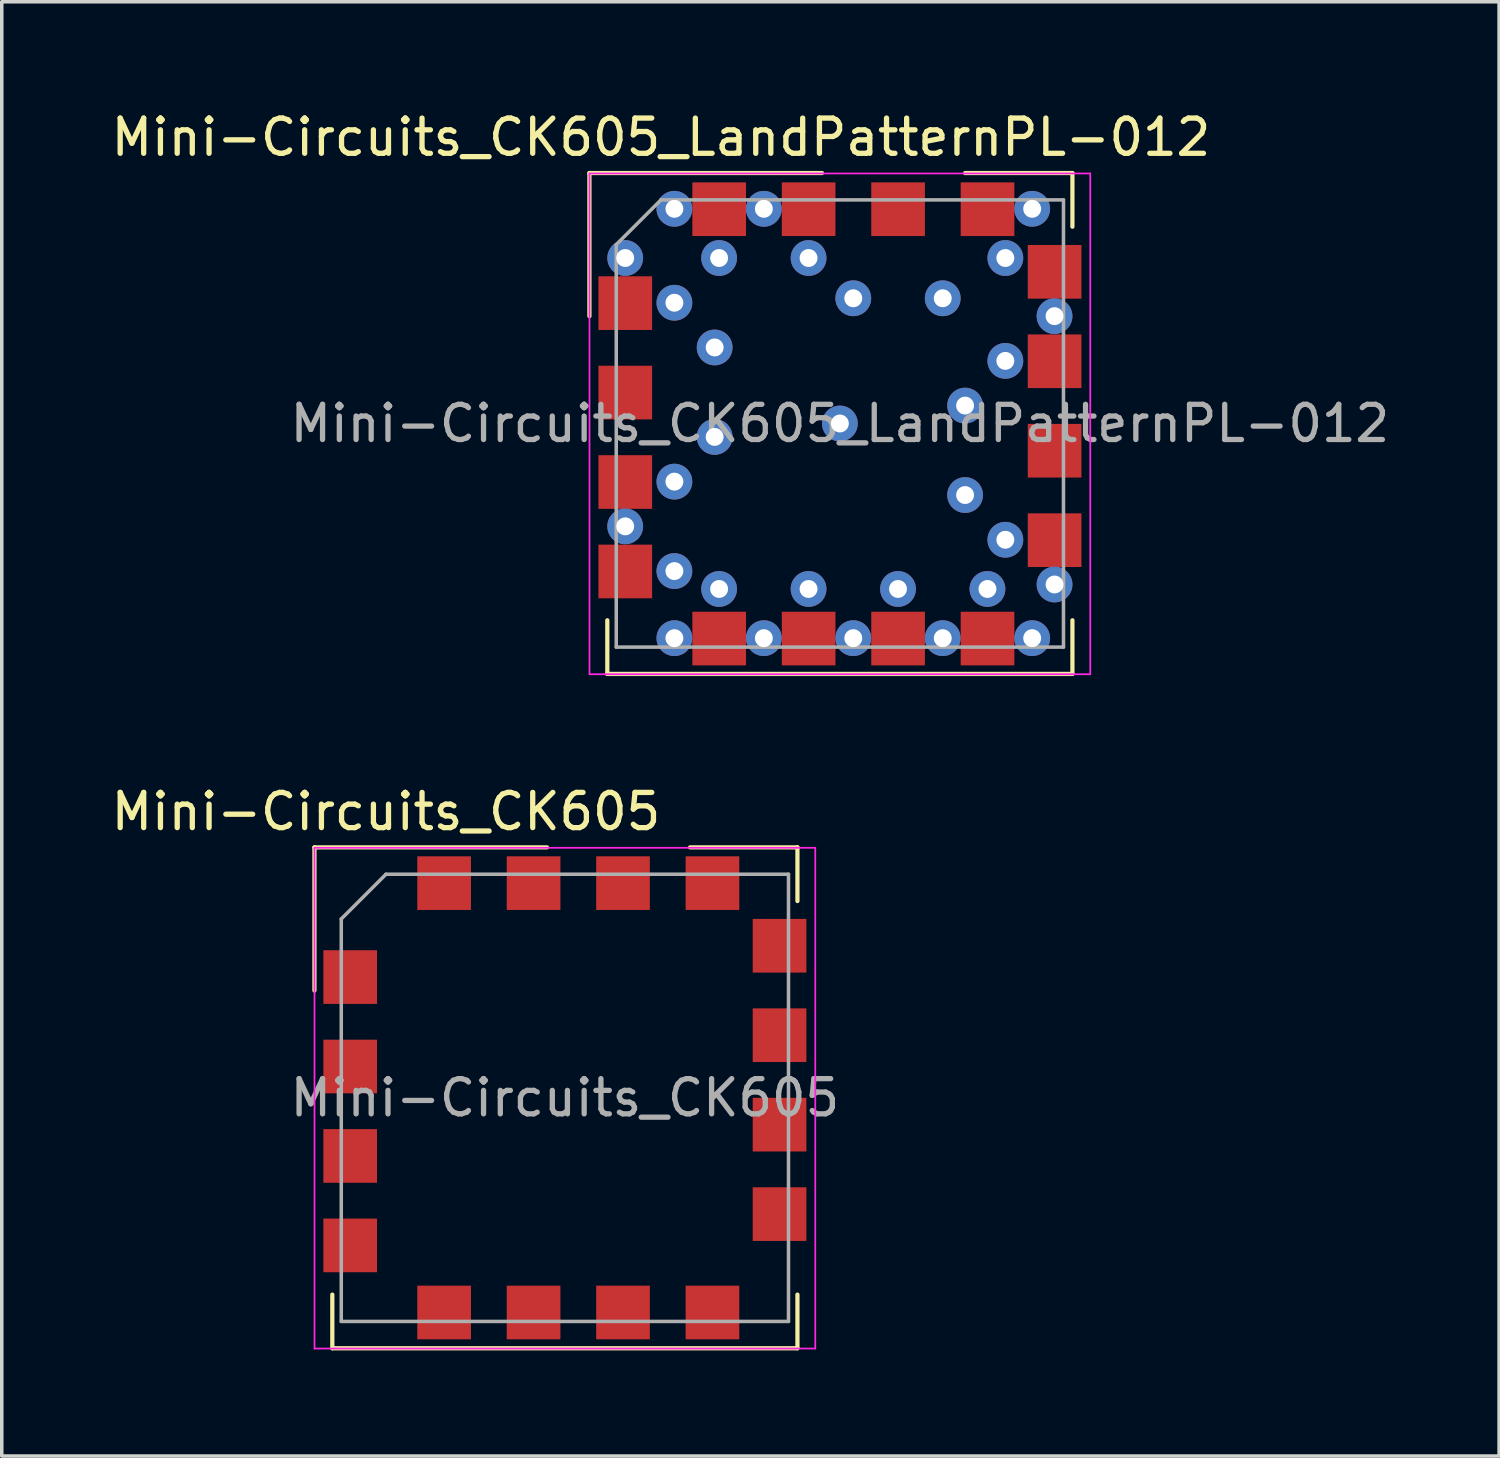
<source format=kicad_pcb>
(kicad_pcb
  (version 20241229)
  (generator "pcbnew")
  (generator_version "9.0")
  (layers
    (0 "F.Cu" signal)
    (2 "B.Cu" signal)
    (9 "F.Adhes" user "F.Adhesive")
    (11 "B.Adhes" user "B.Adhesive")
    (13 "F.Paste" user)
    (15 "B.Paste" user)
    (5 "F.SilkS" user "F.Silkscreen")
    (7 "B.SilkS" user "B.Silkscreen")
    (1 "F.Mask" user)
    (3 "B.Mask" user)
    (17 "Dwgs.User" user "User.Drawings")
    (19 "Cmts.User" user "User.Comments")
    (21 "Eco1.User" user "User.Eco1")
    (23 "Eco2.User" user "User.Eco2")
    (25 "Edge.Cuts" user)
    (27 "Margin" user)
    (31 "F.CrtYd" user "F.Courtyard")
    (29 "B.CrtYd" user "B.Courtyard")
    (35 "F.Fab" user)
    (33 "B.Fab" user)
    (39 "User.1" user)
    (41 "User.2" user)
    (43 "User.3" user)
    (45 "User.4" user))
  (footprint "Mini-Circuits_CK605_LandPatternPL-012"
    (layer "F.Cu")
    (at 20.8 8.976)
    (property "Reference" "Mini-Circuits_CK605_LandPatternPL-012" (at -5.08 -8.128 180) (layer "F.SilkS") (effects (font (size 1 1) (thickness 0.15))))
    (attr smd)
    (fp_line (start -7.112 -7.112) (end -0.508 -7.112) (stroke (width 0.12) (type solid)) (layer "F.SilkS"))
    (fp_line (start -7.112 -3.048) (end -7.112 -7.112) (stroke (width 0.12) (type solid)) (layer "F.SilkS"))
    (fp_line (start -6.604 5.588) (end -6.604 7.112) (stroke (width 0.12) (type solid)) (layer "F.SilkS"))
    (fp_line (start -6.604 7.112) (end 6.604 7.112) (stroke (width 0.12) (type solid)) (layer "F.SilkS"))
    (fp_line (start 3.556 -7.112) (end 6.604 -7.112) (stroke (width 0.12) (type solid)) (layer "F.SilkS"))
    (fp_line (start 6.604 -7.112) (end 6.604 -5.588) (stroke (width 0.12) (type solid)) (layer "F.SilkS"))
    (fp_line (start 6.604 7.112) (end 6.604 5.588) (stroke (width 0.12) (type solid)) (layer "F.SilkS"))
    (fp_line (start -7.11 -7.1) (end -7.11 7.12) (stroke (width 0.05) (type solid)) (layer "F.CrtYd"))
    (fp_line (start -7.11 -7.1) (end 7.11 -7.1) (stroke (width 0.05) (type solid)) (layer "F.CrtYd"))
    (fp_line (start 7.11 7.12) (end -7.11 7.12) (stroke (width 0.05) (type solid)) (layer "F.CrtYd"))
    (fp_line (start 7.11 7.12) (end 7.11 -7.1) (stroke (width 0.05) (type solid)) (layer "F.CrtYd"))
    (fp_line (start -6.35 -5.08) (end -6.35 6.35) (stroke (width 0.1) (type solid)) (layer "F.Fab"))
    (fp_line (start -6.35 -5.08) (end -5.08 -6.35) (stroke (width 0.1) (type solid)) (layer "F.Fab"))
    (fp_line (start -6.35 6.35) (end 6.35 6.35) (stroke (width 0.1) (type solid)) (layer "F.Fab"))
    (fp_line (start 6.35 -6.35) (end -5.08 -6.35) (stroke (width 0.1) (type solid)) (layer "F.Fab"))
    (fp_line (start 6.35 6.35) (end 6.35 -6.35) (stroke (width 0.1) (type solid)) (layer "F.Fab"))
    (fp_text user "${REFERENCE}" (at 0 0 0) (layer "F.Fab") (effects (font (size 1 1) (thickness 0.15))))
    (pad "1" thru_hole circle (at -6.096 -4.699) (size 1.016 1.016) (drill 0.508) (layers "*.Cu"))
    (pad "1" thru_hole circle (at -6.096 2.921) (size 1.016 1.016) (drill 0.508) (layers "*.Cu"))
    (pad "1" smd rect (at -6.094 -3.418 270) (size 1.524 1.524) (layers "F.Cu" "F.Mask" "F.Paste"))
    (pad "1" thru_hole circle (at -4.699 -6.096) (size 1.016 1.016) (drill 0.508) (layers "*.Cu"))
    (pad "1" thru_hole circle (at -4.699 -3.429) (size 1.016 1.016) (drill 0.508) (layers "*.Cu"))
    (pad "1" thru_hole circle (at -4.699 1.651) (size 1.016 1.016) (drill 0.508) (layers "*.Cu"))
    (pad "1" thru_hole circle (at -4.699 4.191) (size 1.016 1.016) (drill 0.508) (layers "*.Cu"))
    (pad "1" thru_hole circle (at -4.699 6.096) (size 1.016 1.016) (drill 0.508) (layers "*.Cu"))
    (pad "1" thru_hole circle (at -3.556 -2.159) (size 1.016 1.016) (drill 0.508) (layers "*.Cu"))
    (pad "1" thru_hole circle (at -3.556 0.381) (size 1.016 1.016) (drill 0.508) (layers "*.Cu"))
    (pad "1" thru_hole circle (at -3.429 -4.699) (size 1.016 1.016) (drill 0.508) (layers "*.Cu"))
    (pad "1" thru_hole circle (at -3.429 4.699) (size 1.016 1.016) (drill 0.508) (layers "*.Cu"))
    (pad "1" thru_hole circle (at -2.159 -6.096) (size 1.016 1.016) (drill 0.508) (layers "*.Cu"))
    (pad "1" thru_hole circle (at -2.159 6.096) (size 1.016 1.016) (drill 0.508) (layers "*.Cu"))
    (pad "1" thru_hole circle (at -0.889 -4.699) (size 1.016 1.016) (drill 0.508) (layers "*.Cu"))
    (pad "1" thru_hole circle (at -0.889 4.699) (size 1.016 1.016) (drill 0.508) (layers "*.Cu"))
    (pad "1" thru_hole circle (at 0 0) (size 1.016 1.016) (drill 0.508) (layers "*.Cu"))
    (pad "1" thru_hole circle (at 0.381 -3.556) (size 1.016 1.016) (drill 0.508) (layers "*.Cu"))
    (pad "1" thru_hole circle (at 0.381 6.096) (size 1.016 1.016) (drill 0.508) (layers "*.Cu"))
    (pad "1" thru_hole circle (at 1.651 4.699) (size 1.016 1.016) (drill 0.508) (layers "*.Cu"))
    (pad "1" thru_hole circle (at 2.921 -3.556) (size 1.016 1.016) (drill 0.508) (layers "*.Cu"))
    (pad "1" thru_hole circle (at 2.921 6.096) (size 1.016 1.016) (drill 0.508) (layers "*.Cu"))
    (pad "1" thru_hole circle (at 3.556 -0.508) (size 1.016 1.016) (drill 0.508) (layers "*.Cu"))
    (pad "1" thru_hole circle (at 3.556 2.032) (size 1.016 1.016) (drill 0.508) (layers "*.Cu"))
    (pad "1" thru_hole circle (at 4.191 4.699) (size 1.016 1.016) (drill 0.508) (layers "*.Cu"))
    (pad "1" thru_hole circle (at 4.699 -4.699) (size 1.016 1.016) (drill 0.508) (layers "*.Cu"))
    (pad "1" thru_hole circle (at 4.699 -1.778) (size 1.016 1.016) (drill 0.508) (layers "*.Cu"))
    (pad "1" thru_hole circle (at 4.699 3.302) (size 1.016 1.016) (drill 0.508) (layers "*.Cu"))
    (pad "1" thru_hole circle (at 5.461 -6.096) (size 1.016 1.016) (drill 0.508) (layers "*.Cu"))
    (pad "1" thru_hole circle (at 5.461 6.096) (size 1.016 1.016) (drill 0.508) (layers "*.Cu"))
    (pad "1" thru_hole circle (at 6.096 -3.048) (size 1.016 1.016) (drill 0.508) (layers "*.Cu"))
    (pad "1" thru_hole circle (at 6.096 4.572) (size 1.016 1.016) (drill 0.508) (layers "*.Cu"))
    (pad "2" smd rect (at -6.094 -0.878 270) (size 1.524 1.524) (layers "F.Cu" "F.Mask" "F.Paste"))
    (pad "3" smd rect (at -6.094 1.662 270) (size 1.524 1.524) (layers "F.Cu" "F.Mask" "F.Paste"))
    (pad "4" smd rect (at -6.094 4.202 270) (size 1.524 1.524) (layers "F.Cu" "F.Mask" "F.Paste"))
    (pad "5" smd rect (at -3.427 6.107 270) (size 1.524 1.524) (layers "F.Cu" "F.Mask" "F.Paste"))
    (pad "6" smd rect (at -0.887 6.107 270) (size 1.524 1.524) (layers "F.Cu" "F.Mask" "F.Paste"))
    (pad "7" smd rect (at 1.653 6.107 270) (size 1.524 1.524) (layers "F.Cu" "F.Mask" "F.Paste"))
    (pad "8" smd rect (at 4.193 6.107 270) (size 1.524 1.524) (layers "F.Cu" "F.Mask" "F.Paste"))
    (pad "9" smd rect (at 6.098 3.313 270) (size 1.524 1.524) (layers "F.Cu" "F.Mask" "F.Paste"))
    (pad "10" smd rect (at 6.098 0.773 270) (size 1.524 1.524) (layers "F.Cu" "F.Mask" "F.Paste"))
    (pad "11" smd rect (at 6.098 -1.767 270) (size 1.524 1.524) (layers "F.Cu" "F.Mask" "F.Paste"))
    (pad "12" smd rect (at 6.098 -4.307 270) (size 1.524 1.524) (layers "F.Cu" "F.Mask" "F.Paste"))
    (pad "13" smd rect (at 4.193 -6.085 270) (size 1.524 1.524) (layers "F.Cu" "F.Mask" "F.Paste"))
    (pad "14" smd rect (at 1.653 -6.085 270) (size 1.524 1.524) (layers "F.Cu" "F.Mask" "F.Paste"))
    (pad "15" smd rect (at -0.887 -6.085 270) (size 1.524 1.524) (layers "F.Cu" "F.Mask" "F.Paste"))
    (pad "16" smd rect (at -3.427 -6.085 270) (size 1.524 1.524) (layers "F.Cu" "F.Mask" "F.Paste")))
  (footprint "Mini-Circuits_CK605"
    (layer "F.Cu")
    (at 12.991 28.125)
    (property "Reference" "Mini-Circuits_CK605" (at -5.08 -8.128 180) (layer "F.SilkS") (effects (font (size 1 1) (thickness 0.15))))
    (attr smd)
    (fp_line (start -7.112 -7.112) (end -0.508 -7.112) (stroke (width 0.12) (type solid)) (layer "F.SilkS"))
    (fp_line (start -7.112 -3.048) (end -7.112 -7.112) (stroke (width 0.12) (type solid)) (layer "F.SilkS"))
    (fp_line (start -6.604 5.588) (end -6.604 7.112) (stroke (width 0.12) (type solid)) (layer "F.SilkS"))
    (fp_line (start -6.604 7.112) (end 6.604 7.112) (stroke (width 0.12) (type solid)) (layer "F.SilkS"))
    (fp_line (start 3.556 -7.112) (end 6.604 -7.112) (stroke (width 0.12) (type solid)) (layer "F.SilkS"))
    (fp_line (start 6.604 -7.112) (end 6.604 -5.588) (stroke (width 0.12) (type solid)) (layer "F.SilkS"))
    (fp_line (start 6.604 7.112) (end 6.604 5.588) (stroke (width 0.12) (type solid)) (layer "F.SilkS"))
    (fp_line (start -7.11 -7.1) (end -7.11 7.12) (stroke (width 0.05) (type solid)) (layer "F.CrtYd"))
    (fp_line (start -7.11 -7.1) (end 7.11 -7.1) (stroke (width 0.05) (type solid)) (layer "F.CrtYd"))
    (fp_line (start 7.11 7.12) (end -7.11 7.12) (stroke (width 0.05) (type solid)) (layer "F.CrtYd"))
    (fp_line (start 7.11 7.12) (end 7.11 -7.1) (stroke (width 0.05) (type solid)) (layer "F.CrtYd"))
    (fp_line (start -6.35 -5.08) (end -6.35 6.35) (stroke (width 0.1) (type solid)) (layer "F.Fab"))
    (fp_line (start -6.35 -5.08) (end -5.08 -6.35) (stroke (width 0.1) (type solid)) (layer "F.Fab"))
    (fp_line (start -6.35 6.35) (end 6.35 6.35) (stroke (width 0.1) (type solid)) (layer "F.Fab"))
    (fp_line (start 6.35 -6.35) (end -5.08 -6.35) (stroke (width 0.1) (type solid)) (layer "F.Fab"))
    (fp_line (start 6.35 6.35) (end 6.35 -6.35) (stroke (width 0.1) (type solid)) (layer "F.Fab"))
    (fp_text user "${REFERENCE}" (at 0 0 0) (layer "F.Fab") (effects (font (size 1 1) (thickness 0.15))))
    (pad "1" smd rect (at -6.096 -3.429 270) (size 1.524 1.524) (layers "F.Cu" "F.Mask" "F.Paste"))
    (pad "2" smd rect (at -6.096 -0.889 270) (size 1.524 1.524) (layers "F.Cu" "F.Mask" "F.Paste"))
    (pad "3" smd rect (at -6.096 1.651 270) (size 1.524 1.524) (layers "F.Cu" "F.Mask" "F.Paste"))
    (pad "4" smd rect (at -6.096 4.191 270) (size 1.524 1.524) (layers "F.Cu" "F.Mask" "F.Paste"))
    (pad "5" smd rect (at -3.429 6.096 270) (size 1.524 1.524) (layers "F.Cu" "F.Mask" "F.Paste"))
    (pad "6" smd rect (at -0.889 6.096 270) (size 1.524 1.524) (layers "F.Cu" "F.Mask" "F.Paste"))
    (pad "7" smd rect (at 1.651 6.096 270) (size 1.524 1.524) (layers "F.Cu" "F.Mask" "F.Paste"))
    (pad "8" smd rect (at 4.191 6.096 270) (size 1.524 1.524) (layers "F.Cu" "F.Mask" "F.Paste"))
    (pad "9" smd rect (at 6.096 3.302 270) (size 1.524 1.524) (layers "F.Cu" "F.Mask" "F.Paste"))
    (pad "10" smd rect (at 6.096 0.762 270) (size 1.524 1.524) (layers "F.Cu" "F.Mask" "F.Paste"))
    (pad "11" smd rect (at 6.096 -1.778 270) (size 1.524 1.524) (layers "F.Cu" "F.Mask" "F.Paste"))
    (pad "12" smd rect (at 6.096 -4.318 270) (size 1.524 1.524) (layers "F.Cu" "F.Mask" "F.Paste"))
    (pad "13" smd rect (at 4.191 -6.096 270) (size 1.524 1.524) (layers "F.Cu" "F.Mask" "F.Paste"))
    (pad "14" smd rect (at 1.651 -6.096 270) (size 1.524 1.524) (layers "F.Cu" "F.Mask" "F.Paste"))
    (pad "15" smd rect (at -0.889 -6.096 270) (size 1.524 1.524) (layers "F.Cu" "F.Mask" "F.Paste"))
    (pad "16" smd rect (at -3.429 -6.096 270) (size 1.524 1.524) (layers "F.Cu" "F.Mask" "F.Paste")))
  (gr_rect
    (start -3 -3)
    (end 39.52 38.297)
    (stroke (width 0.1) (type default))
    (fill no)
    (layer "Edge.Cuts")))
</source>
